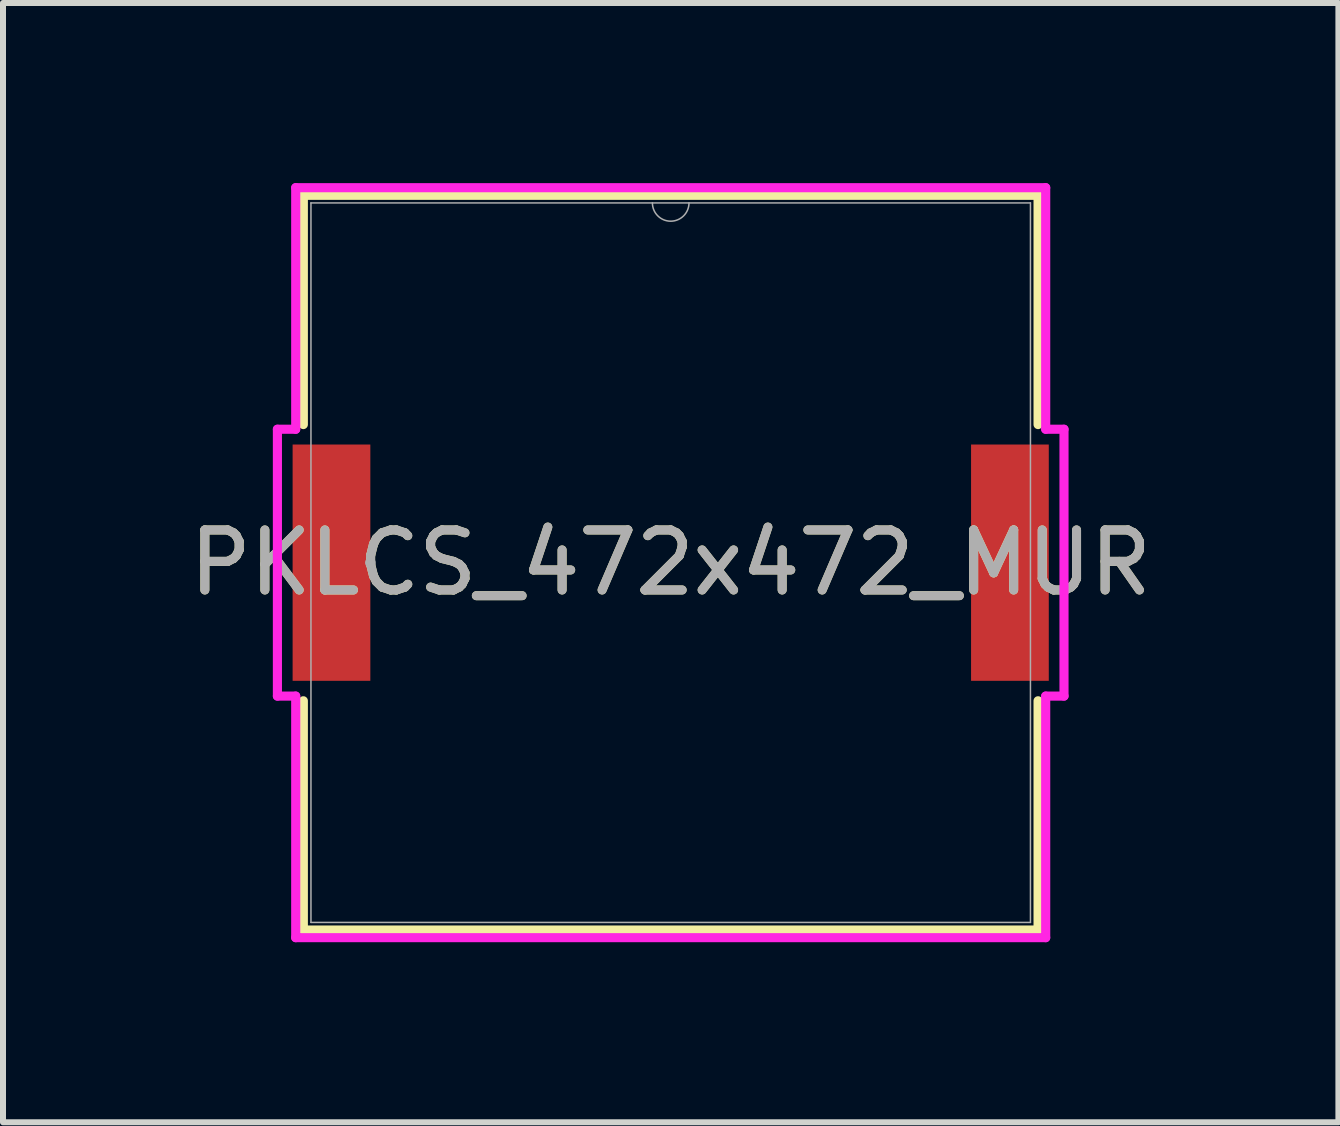
<source format=kicad_pcb>
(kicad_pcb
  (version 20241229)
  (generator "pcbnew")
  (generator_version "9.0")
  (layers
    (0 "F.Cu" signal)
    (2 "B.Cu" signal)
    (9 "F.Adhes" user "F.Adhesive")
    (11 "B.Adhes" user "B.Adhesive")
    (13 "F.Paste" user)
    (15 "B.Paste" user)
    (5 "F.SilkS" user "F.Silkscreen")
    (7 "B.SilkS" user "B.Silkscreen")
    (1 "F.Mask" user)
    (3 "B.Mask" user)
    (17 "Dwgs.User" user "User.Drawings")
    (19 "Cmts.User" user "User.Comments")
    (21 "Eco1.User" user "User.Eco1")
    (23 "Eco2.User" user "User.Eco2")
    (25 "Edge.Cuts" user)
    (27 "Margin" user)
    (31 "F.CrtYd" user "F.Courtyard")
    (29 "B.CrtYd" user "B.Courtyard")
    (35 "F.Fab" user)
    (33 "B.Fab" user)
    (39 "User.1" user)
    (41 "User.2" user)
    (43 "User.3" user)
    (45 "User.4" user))
  (footprint "PKLCS_472x472_MUR"
    (layer "F.Cu")
    (at 8.125 6.325)
    (property "Reference" "PKLCS_472x472_MUR" (at 0 0 0) (unlocked yes) (layer "F.SilkS") (effects (font (size 1 1) (thickness 0.15))))
    (attr smd)
    (fp_line (start -6.121 -6.121) (end -6.121 -2.301) (stroke (width 0.152) (type solid)) (layer "F.SilkS"))
    (fp_line (start -6.121 2.301) (end -6.121 6.121) (stroke (width 0.152) (type solid)) (layer "F.SilkS"))
    (fp_line (start -6.121 6.121) (end 6.121 6.121) (stroke (width 0.152) (type solid)) (layer "F.SilkS"))
    (fp_line (start 6.121 -6.121) (end -6.121 -6.121) (stroke (width 0.152) (type solid)) (layer "F.SilkS"))
    (fp_line (start 6.121 -2.301) (end 6.121 -6.121) (stroke (width 0.152) (type solid)) (layer "F.SilkS"))
    (fp_line (start 6.121 6.121) (end 6.121 2.301) (stroke (width 0.152) (type solid)) (layer "F.SilkS"))
    (fp_line (start -6.553 -2.223) (end -6.248 -2.223) (stroke (width 0.152) (type solid)) (layer "F.CrtYd"))
    (fp_line (start -6.553 2.223) (end -6.553 -2.223) (stroke (width 0.152) (type solid)) (layer "F.CrtYd"))
    (fp_line (start -6.553 2.223) (end -6.248 2.223) (stroke (width 0.152) (type solid)) (layer "F.CrtYd"))
    (fp_line (start -6.248 -6.248) (end 6.248 -6.248) (stroke (width 0.152) (type solid)) (layer "F.CrtYd"))
    (fp_line (start -6.248 -2.223) (end -6.248 -6.248) (stroke (width 0.152) (type solid)) (layer "F.CrtYd"))
    (fp_line (start -6.248 6.248) (end -6.248 2.223) (stroke (width 0.152) (type solid)) (layer "F.CrtYd"))
    (fp_line (start 6.248 -6.248) (end 6.248 -2.223) (stroke (width 0.152) (type solid)) (layer "F.CrtYd"))
    (fp_line (start 6.248 2.223) (end 6.248 6.248) (stroke (width 0.152) (type solid)) (layer "F.CrtYd"))
    (fp_line (start 6.248 6.248) (end -6.248 6.248) (stroke (width 0.152) (type solid)) (layer "F.CrtYd"))
    (fp_line (start 6.553 -2.223) (end 6.248 -2.223) (stroke (width 0.152) (type solid)) (layer "F.CrtYd"))
    (fp_line (start 6.553 -2.223) (end 6.553 2.223) (stroke (width 0.152) (type solid)) (layer "F.CrtYd"))
    (fp_line (start 6.553 2.223) (end 6.248 2.223) (stroke (width 0.152) (type solid)) (layer "F.CrtYd"))
    (fp_line (start -5.994 -5.994) (end -5.994 5.994) (stroke (width 0.025) (type solid)) (layer "F.Fab"))
    (fp_line (start -5.994 5.994) (end 5.994 5.994) (stroke (width 0.025) (type solid)) (layer "F.Fab"))
    (fp_line (start 5.994 -5.994) (end -5.994 -5.994) (stroke (width 0.025) (type solid)) (layer "F.Fab"))
    (fp_line (start 5.994 5.994) (end 5.994 -5.994) (stroke (width 0.025) (type solid)) (layer "F.Fab"))
    (fp_arc (start 0.3048 -5.9944) (mid 0 -5.6896) (end -0.3048 -5.9944) (stroke (width 0.0254) (type solid)) (layer "F.Fab"))
    (fp_circle (center -5.004 0) (end -4.928 0) (stroke (width 0.025) (type solid)) (fill no) (layer "F.Fab"))
    (fp_text user "${REFERENCE}" (at 0 0 0) (unlocked yes) (layer "F.Fab") (effects (font (size 1 1) (thickness 0.15))))
    (pad "1" smd rect (at -5.652 0) (size 1.295 3.937) (layers "F.Cu" "F.Mask" "F.Paste"))
    (pad "2" smd rect (at 5.652 0) (size 1.295 3.937) (layers "F.Cu" "F.Mask" "F.Paste")))
  (gr_rect
    (start -3 -3)
    (end 19.25 15.649)
    (stroke (width 0.1) (type default))
    (fill no)
    (layer "Edge.Cuts")))
</source>
